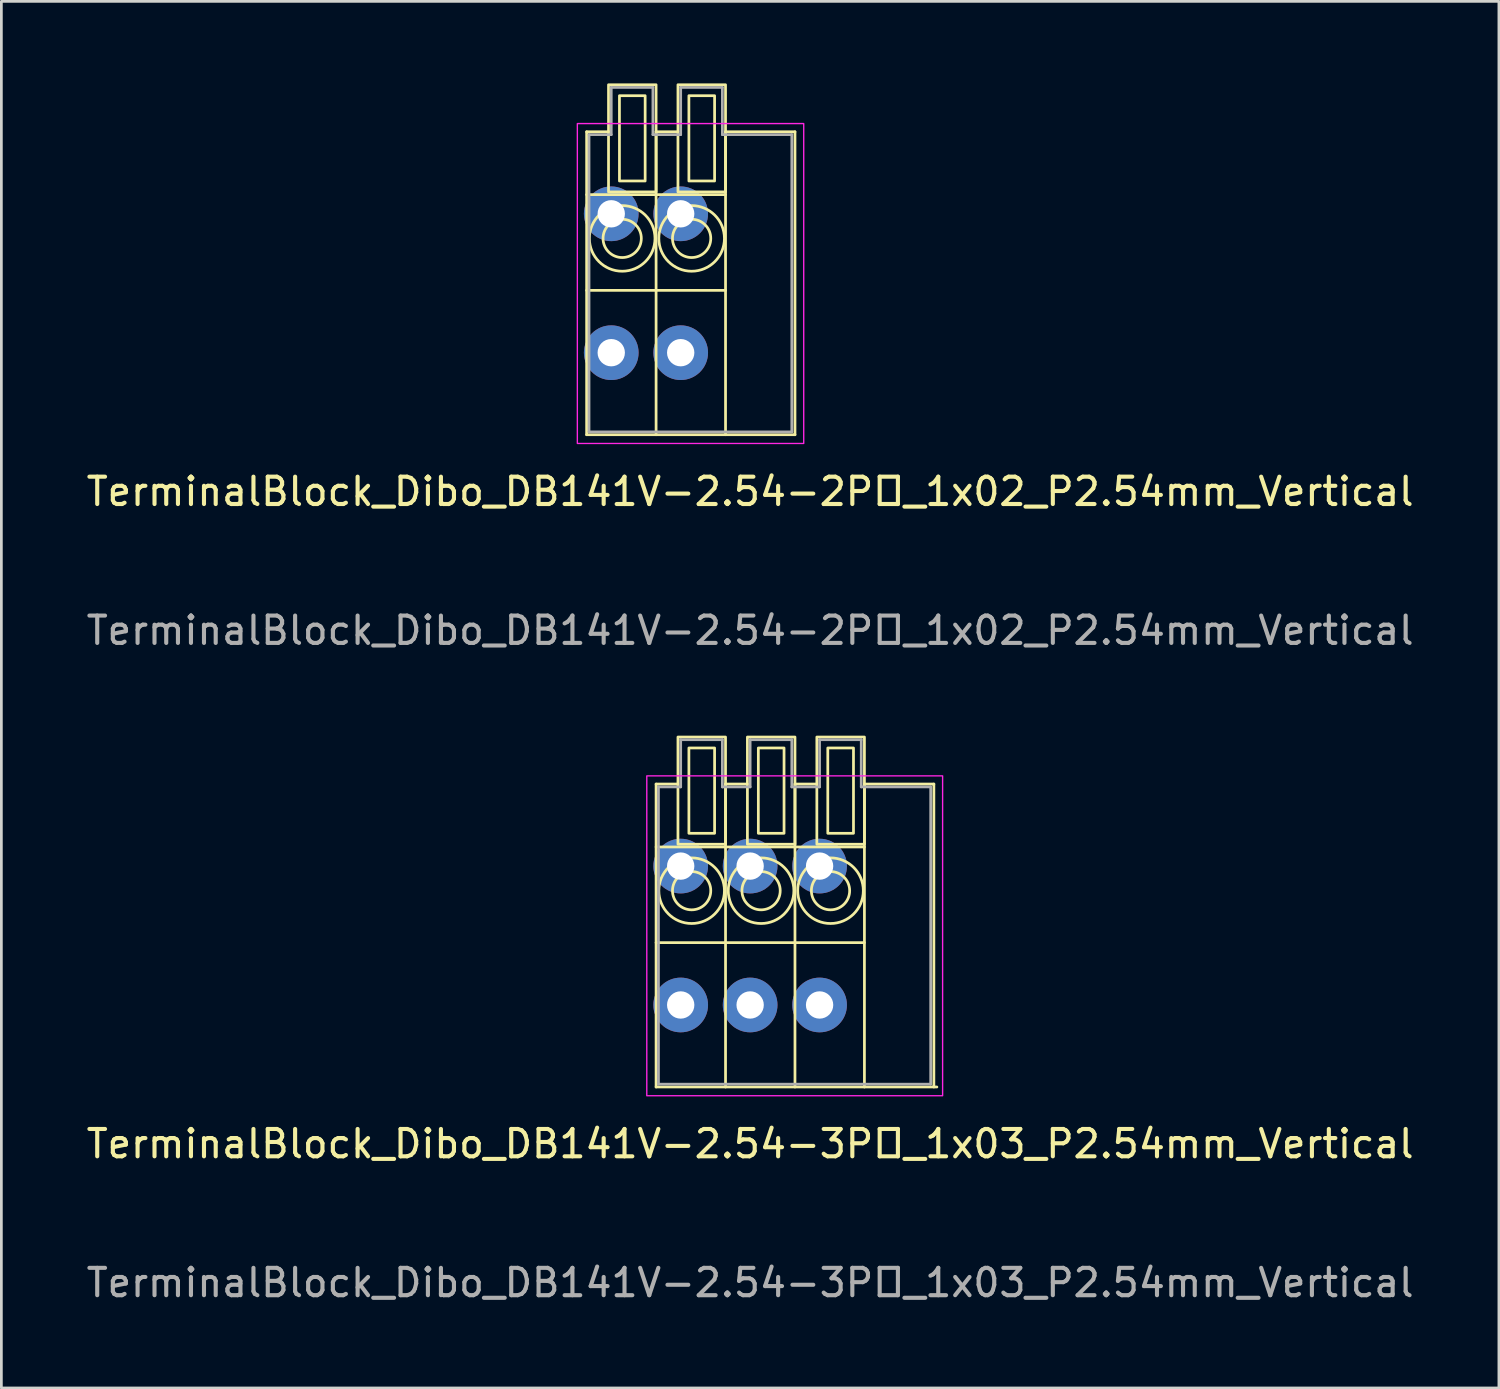
<source format=kicad_pcb>
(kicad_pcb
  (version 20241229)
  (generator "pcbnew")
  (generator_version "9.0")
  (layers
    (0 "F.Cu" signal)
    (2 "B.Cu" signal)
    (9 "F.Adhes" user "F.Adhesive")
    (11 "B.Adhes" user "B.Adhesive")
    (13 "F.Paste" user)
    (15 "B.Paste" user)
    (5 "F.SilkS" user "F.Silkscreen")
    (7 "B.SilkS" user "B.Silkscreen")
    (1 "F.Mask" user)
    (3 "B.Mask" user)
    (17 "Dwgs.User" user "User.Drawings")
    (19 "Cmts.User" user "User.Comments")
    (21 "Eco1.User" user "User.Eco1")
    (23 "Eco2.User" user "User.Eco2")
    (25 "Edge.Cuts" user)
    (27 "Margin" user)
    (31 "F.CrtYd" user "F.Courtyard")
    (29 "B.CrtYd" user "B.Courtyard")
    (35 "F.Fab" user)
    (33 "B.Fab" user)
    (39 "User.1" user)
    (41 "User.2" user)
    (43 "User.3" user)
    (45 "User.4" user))
  (footprint "TerminalBlock_Dibo_DB141V-2.54-2P_1x02_P2.54mm_Vertical"
    (layer "F.Cu")
    (at 19.307 9.85)
    (property "Reference" "TerminalBlock_Dibo_DB141V-2.54-2P_1x02_P2.54mm_Vertical" (at 5.08 5.08 0) (unlocked yes) (layer "F.SilkS") (effects (font (size 1 1) (thickness 0.15))))
    (attr through_hole)
    (fp_line (start -0.9 3) (end -0.9 -8.08) (stroke (width 0.1) (type default)) (layer "F.SilkS"))
    (fp_line (start -0.1 -8.08) (end -0.9 -8.08) (stroke (width 0.1) (type default)) (layer "F.SilkS"))
    (fp_line (start 1.64 3) (end 1.64 -8.08) (stroke (width 0.1) (type default)) (layer "F.SilkS"))
    (fp_line (start 2.44 -8.08) (end 1.64 -8.08) (stroke (width 0.1) (type default)) (layer "F.SilkS"))
    (fp_line (start 4.18 -5.78) (end -0.9 -5.78) (stroke (width 0.1) (type default)) (layer "F.SilkS"))
    (fp_line (start 4.18 -2.28) (end -0.9 -2.28) (stroke (width 0.1) (type default)) (layer "F.SilkS"))
    (fp_line (start 4.18 3) (end 4.18 -8.08) (stroke (width 0.1) (type default)) (layer "F.SilkS"))
    (fp_line (start 6.72 -8.08) (end 4.18 -8.08) (stroke (width 0.1) (type default)) (layer "F.SilkS"))
    (fp_line (start 6.72 -8.08) (end 6.72 3) (stroke (width 0.1) (type default)) (layer "F.SilkS"))
    (fp_line (start 6.72 3) (end -0.9 3) (stroke (width 0.1) (type default)) (layer "F.SilkS"))
    (fp_rect (start 1.24 -6.28) (end 0.3 -9.4) (stroke (width 0.1) (type default)) (fill no) (layer "F.SilkS"))
    (fp_rect (start 1.64 -5.88) (end -0.1 -9.8) (stroke (width 0.1) (type default)) (fill no) (layer "F.SilkS"))
    (fp_rect (start 3.78 -6.28) (end 2.84 -9.4) (stroke (width 0.1) (type default)) (fill no) (layer "F.SilkS"))
    (fp_rect (start 4.18 -5.88) (end 2.44 -9.8) (stroke (width 0.1) (type default)) (fill no) (layer "F.SilkS"))
    (fp_circle (center 0.4 -4.18) (end -0.8 -4.18) (stroke (width 0.1) (type default)) (fill no) (layer "F.SilkS"))
    (fp_circle (center 0.4 -4.18) (end -0.3 -4.18) (stroke (width 0.1) (type default)) (fill no) (layer "F.SilkS"))
    (fp_circle (center 2.94 -4.18) (end 1.74 -4.18) (stroke (width 0.1) (type default)) (fill no) (layer "F.SilkS"))
    (fp_circle (center 2.94 -4.18) (end 2.24 -4.18) (stroke (width 0.1) (type default)) (fill no) (layer "F.SilkS"))
    (fp_rect (start 7.04 3.32) (end -1.24 -8.38) (stroke (width 0.05) (type default)) (fill no) (layer "F.CrtYd"))
    (fp_line (start -0.813 -7.976) (end 0 -7.976) (stroke (width 0.1) (type default)) (layer "F.Fab"))
    (fp_line (start -0.813 2.896) (end -0.813 -7.976) (stroke (width 0.1) (type default)) (layer "F.Fab"))
    (fp_line (start 0 -9.703) (end 1.524 -9.703) (stroke (width 0.1) (type default)) (layer "F.Fab"))
    (fp_line (start 0 -7.976) (end 0 -9.703) (stroke (width 0.1) (type default)) (layer "F.Fab"))
    (fp_line (start 1.524 -9.703) (end 1.524 -7.976) (stroke (width 0.1) (type default)) (layer "F.Fab"))
    (fp_line (start 1.524 -7.976) (end 2.54 -7.976) (stroke (width 0.1) (type default)) (layer "F.Fab"))
    (fp_line (start 2.54 -9.703) (end 4.064 -9.703) (stroke (width 0.1) (type default)) (layer "F.Fab"))
    (fp_line (start 2.54 -7.976) (end 2.54 -9.703) (stroke (width 0.1) (type default)) (layer "F.Fab"))
    (fp_line (start 4.064 -9.703) (end 4.064 -7.976) (stroke (width 0.1) (type default)) (layer "F.Fab"))
    (fp_line (start 4.064 -7.976) (end 6.604 -7.976) (stroke (width 0.1) (type default)) (layer "F.Fab"))
    (fp_line (start 6.604 -7.976) (end 6.604 2.896) (stroke (width 0.1) (type default)) (layer "F.Fab"))
    (fp_line (start 6.604 2.896) (end -0.813 2.896) (stroke (width 0.1) (type default)) (layer "F.Fab"))
    (fp_text user "${REFERENCE}" (at 5.08 10.16 0) (unlocked yes) (layer "F.Fab") (effects (font (size 1 1) (thickness 0.15))))
    (pad "1" thru_hole circle (at 0 -5.08 180) (size 2 2) (drill 1) (layers "*.Cu" "*.Mask"))
    (pad "1" thru_hole circle (at 0 0 180) (size 2 2) (drill 1) (layers "*.Cu" "*.Mask"))
    (pad "2" thru_hole circle (at 2.54 -5.08 180) (size 2 2) (drill 1) (layers "*.Cu" "*.Mask"))
    (pad "2" thru_hole circle (at 2.54 0 180) (size 2 2) (drill 1) (layers "*.Cu" "*.Mask")))
  (footprint "TerminalBlock_Dibo_DB141V-2.54-3P_1x03_P2.54mm_Vertical"
    (layer "F.Cu")
    (at 24.387 31.168)
    (property "Reference" "TerminalBlock_Dibo_DB141V-2.54-3P_1x03_P2.54mm_Vertical" (at 0 7.62 0) (unlocked yes) (layer "F.SilkS") (effects (font (size 1 1) (thickness 0.15))))
    (attr through_hole)
    (fp_line (start -3.44 5.54) (end -3.44 -5.54) (stroke (width 0.1) (type default)) (layer "F.SilkS"))
    (fp_line (start -2.64 -5.54) (end -3.44 -5.54) (stroke (width 0.1) (type default)) (layer "F.SilkS"))
    (fp_line (start -0.9 5.54) (end -0.9 -5.54) (stroke (width 0.1) (type default)) (layer "F.SilkS"))
    (fp_line (start -0.1 -5.54) (end -0.9 -5.54) (stroke (width 0.1) (type default)) (layer "F.SilkS"))
    (fp_line (start 1.64 5.54) (end 1.64 -5.54) (stroke (width 0.1) (type default)) (layer "F.SilkS"))
    (fp_line (start 2.44 -5.54) (end 1.64 -5.54) (stroke (width 0.1) (type default)) (layer "F.SilkS"))
    (fp_line (start 4.18 -3.24) (end -3.44 -3.24) (stroke (width 0.1) (type solid)) (layer "F.SilkS"))
    (fp_line (start 4.18 0.26) (end -3.44 0.26) (stroke (width 0.1) (type solid)) (layer "F.SilkS"))
    (fp_line (start 4.18 5.54) (end 4.18 -5.54) (stroke (width 0.1) (type default)) (layer "F.SilkS"))
    (fp_line (start 6.72 -5.54) (end 4.18 -5.54) (stroke (width 0.1) (type default)) (layer "F.SilkS"))
    (fp_line (start 6.72 -5.54) (end 6.72 5.54) (stroke (width 0.1) (type default)) (layer "F.SilkS"))
    (fp_line (start 6.83 5.54) (end -3.44 5.54) (stroke (width 0.1) (type solid)) (layer "F.SilkS"))
    (fp_rect (start -1.3 -3.74) (end -2.24 -6.86) (stroke (width 0.1) (type default)) (fill no) (layer "F.SilkS"))
    (fp_rect (start -0.9 -3.34) (end -2.64 -7.26) (stroke (width 0.1) (type default)) (fill no) (layer "F.SilkS"))
    (fp_rect (start 1.24 -3.74) (end 0.3 -6.86) (stroke (width 0.1) (type default)) (fill no) (layer "F.SilkS"))
    (fp_rect (start 1.64 -3.34) (end -0.1 -7.26) (stroke (width 0.1) (type default)) (fill no) (layer "F.SilkS"))
    (fp_rect (start 3.78 -3.74) (end 2.84 -6.86) (stroke (width 0.1) (type default)) (fill no) (layer "F.SilkS"))
    (fp_rect (start 4.18 -3.34) (end 2.44 -7.26) (stroke (width 0.1) (type default)) (fill no) (layer "F.SilkS"))
    (fp_circle (center -2.14 -1.64) (end -3.34 -1.64) (stroke (width 0.1) (type default)) (fill no) (layer "F.SilkS"))
    (fp_circle (center -2.14 -1.64) (end -2.84 -1.64) (stroke (width 0.1) (type default)) (fill no) (layer "F.SilkS"))
    (fp_circle (center 0.4 -1.64) (end -0.8 -1.64) (stroke (width 0.1) (type default)) (fill no) (layer "F.SilkS"))
    (fp_circle (center 0.4 -1.64) (end -0.3 -1.64) (stroke (width 0.1) (type default)) (fill no) (layer "F.SilkS"))
    (fp_circle (center 2.94 -1.64) (end 2.24 -1.64) (stroke (width 0.1) (type default)) (fill no) (layer "F.SilkS"))
    (fp_circle (center 2.94 -1.64) (end 4.14 -1.64) (stroke (width 0.1) (type default)) (fill no) (layer "F.SilkS"))
    (fp_rect (start 7.04 5.86) (end -3.78 -5.84) (stroke (width 0.05) (type solid)) (fill no) (layer "F.CrtYd"))
    (fp_line (start -3.353 -5.436) (end -2.54 -5.436) (stroke (width 0.1) (type default)) (layer "F.Fab"))
    (fp_line (start -3.353 5.436) (end -3.353 -5.436) (stroke (width 0.1) (type default)) (layer "F.Fab"))
    (fp_line (start -2.54 -7.163) (end -1.016 -7.163) (stroke (width 0.1) (type default)) (layer "F.Fab"))
    (fp_line (start -2.54 -5.436) (end -2.54 -7.163) (stroke (width 0.1) (type default)) (layer "F.Fab"))
    (fp_line (start -1.016 -7.163) (end -1.016 -5.436) (stroke (width 0.1) (type default)) (layer "F.Fab"))
    (fp_line (start -1.016 -5.436) (end 0 -5.436) (stroke (width 0.1) (type default)) (layer "F.Fab"))
    (fp_line (start 0 -7.163) (end 1.524 -7.163) (stroke (width 0.1) (type default)) (layer "F.Fab"))
    (fp_line (start 0 -5.436) (end 0 -7.163) (stroke (width 0.1) (type default)) (layer "F.Fab"))
    (fp_line (start 1.524 -7.163) (end 1.524 -5.436) (stroke (width 0.1) (type default)) (layer "F.Fab"))
    (fp_line (start 1.524 -5.436) (end 2.54 -5.436) (stroke (width 0.1) (type default)) (layer "F.Fab"))
    (fp_line (start 2.54 -7.163) (end 4.064 -7.163) (stroke (width 0.1) (type default)) (layer "F.Fab"))
    (fp_line (start 2.54 -5.436) (end 2.54 -7.163) (stroke (width 0.1) (type default)) (layer "F.Fab"))
    (fp_line (start 4.064 -7.163) (end 4.064 -5.436) (stroke (width 0.1) (type default)) (layer "F.Fab"))
    (fp_line (start 4.064 -5.436) (end 6.604 -5.436) (stroke (width 0.1) (type default)) (layer "F.Fab"))
    (fp_line (start 6.604 -5.436) (end 6.604 5.436) (stroke (width 0.1) (type default)) (layer "F.Fab"))
    (fp_line (start 6.604 5.436) (end -3.353 5.436) (stroke (width 0.1) (type solid)) (layer "F.Fab"))
    (fp_text user "${REFERENCE}" (at 0 12.7 0) (unlocked yes) (layer "F.Fab") (effects (font (size 1 1) (thickness 0.15))))
    (pad "1" thru_hole circle (at -2.54 -2.54 180) (size 2 2) (drill 1) (layers "*.Cu" "*.Mask"))
    (pad "1" thru_hole circle (at -2.54 2.54 180) (size 2 2) (drill 1) (layers "*.Cu" "*.Mask"))
    (pad "2" thru_hole circle (at 0 -2.54 180) (size 2 2) (drill 1) (layers "*.Cu" "*.Mask"))
    (pad "2" thru_hole circle (at 0 2.54 180) (size 2 2) (drill 1) (layers "*.Cu" "*.Mask"))
    (pad "3" thru_hole circle (at 2.54 -2.54 180) (size 2 2) (drill 1) (layers "*.Cu" "*.Mask"))
    (pad "3" thru_hole circle (at 2.54 2.54 180) (size 2 2) (drill 1) (layers "*.Cu" "*.Mask")))
  (gr_rect
    (start -3 -3)
    (end 51.774 47.717)
    (stroke (width 0.1) (type default))
    (fill no)
    (layer "Edge.Cuts")))
</source>
